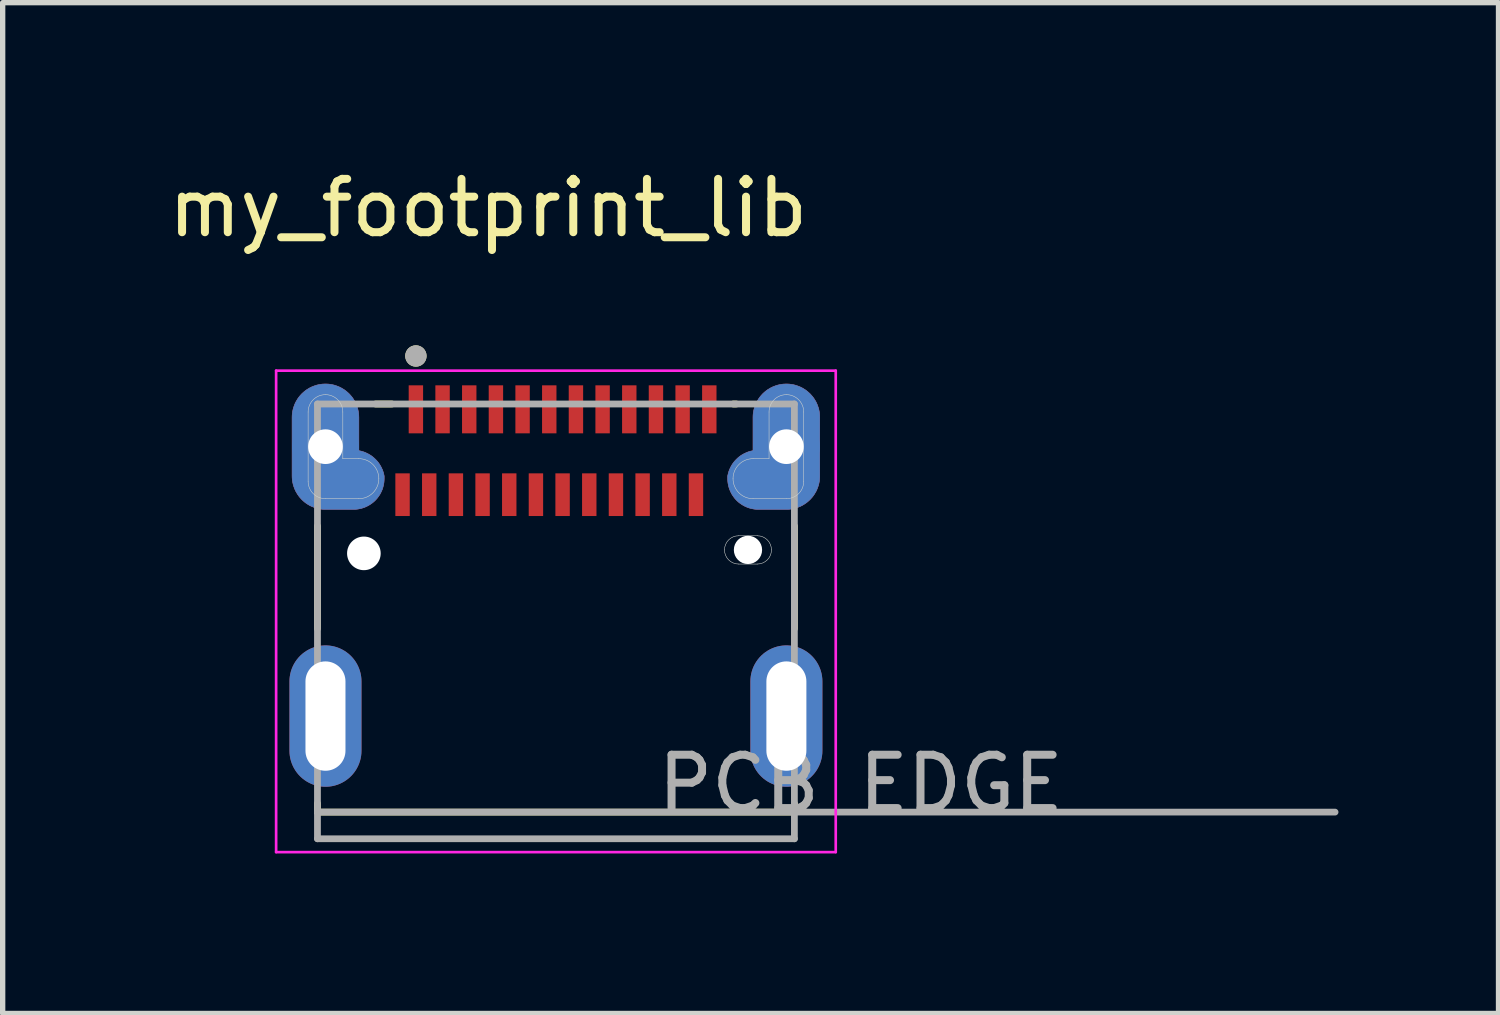
<source format=kicad_pcb>
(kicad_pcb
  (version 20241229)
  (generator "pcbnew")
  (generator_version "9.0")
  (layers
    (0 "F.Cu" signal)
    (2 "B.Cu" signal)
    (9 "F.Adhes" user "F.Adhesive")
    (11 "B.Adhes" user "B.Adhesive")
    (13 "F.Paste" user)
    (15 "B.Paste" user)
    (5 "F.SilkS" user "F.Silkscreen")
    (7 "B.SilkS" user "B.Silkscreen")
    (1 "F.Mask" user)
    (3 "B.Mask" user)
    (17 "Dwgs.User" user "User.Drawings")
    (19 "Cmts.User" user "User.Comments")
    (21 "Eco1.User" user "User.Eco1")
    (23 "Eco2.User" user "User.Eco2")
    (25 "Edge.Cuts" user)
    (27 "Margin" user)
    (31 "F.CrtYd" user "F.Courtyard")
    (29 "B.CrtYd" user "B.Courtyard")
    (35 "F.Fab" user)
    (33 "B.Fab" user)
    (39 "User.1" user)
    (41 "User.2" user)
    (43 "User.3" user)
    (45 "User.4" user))
  (footprint "my_footprint_lib"
    (layer "F.Cu")
    (at 7.371 10.373)
    (property "Reference" "my_footprint_lib" (at -1.27 -9.525 0) (layer "F.SilkS") (effects (font (size 1 1) (thickness 0.15))))
    (attr smd)
    (fp_poly (pts (xy -3.695 -4.975) (xy -3.695 -5.6) (xy -3.696 -5.633) (xy -3.698 -5.665) (xy -3.703 -5.698) (xy -3.709 -5.73) (xy -3.716 -5.762) (xy -3.726 -5.793) (xy -3.737 -5.824) (xy -3.749 -5.854) (xy -3.763 -5.884) (xy -3.779 -5.912) (xy -3.796 -5.94) (xy -3.814 -5.967) (xy -3.834 -5.993) (xy -3.856 -6.018) (xy -3.878 -6.042) (xy -3.902 -6.064) (xy -3.927 -6.086) (xy -3.953 -6.106) (xy -3.98 -6.124) (xy -4.008 -6.141) (xy -4.036 -6.157) (xy -4.066 -6.171) (xy -4.096 -6.183) (xy -4.127 -6.194) (xy -4.158 -6.204) (xy -4.19 -6.211) (xy -4.222 -6.217) (xy -4.255 -6.222) (xy -4.287 -6.224) (xy -4.32 -6.225) (xy -4.353 -6.224) (xy -4.385 -6.222) (xy -4.418 -6.217) (xy -4.45 -6.211) (xy -4.482 -6.204) (xy -4.513 -6.194) (xy -4.544 -6.183) (xy -4.574 -6.171) (xy -4.604 -6.157) (xy -4.633 -6.141) (xy -4.66 -6.124) (xy -4.687 -6.106) (xy -4.713 -6.086) (xy -4.738 -6.064) (xy -4.762 -6.042) (xy -4.784 -6.018) (xy -4.806 -5.993) (xy -4.826 -5.967) (xy -4.844 -5.94) (xy -4.861 -5.912) (xy -4.877 -5.884) (xy -4.891 -5.854) (xy -4.903 -5.824) (xy -4.914 -5.793) (xy -4.924 -5.762) (xy -4.931 -5.73) (xy -4.937 -5.698) (xy -4.942 -5.665) (xy -4.944 -5.633) (xy -4.945 -5.6) (xy -4.945 -4.5) (xy -4.944 -4.467) (xy -4.942 -4.435) (xy -4.937 -4.402) (xy -4.931 -4.37) (xy -4.924 -4.338) (xy -4.914 -4.307) (xy -4.903 -4.276) (xy -4.891 -4.246) (xy -4.877 -4.216) (xy -4.861 -4.188) (xy -4.844 -4.16) (xy -4.826 -4.133) (xy -4.806 -4.107) (xy -4.784 -4.082) (xy -4.762 -4.058) (xy -4.738 -4.036) (xy -4.713 -4.014) (xy -4.687 -3.994) (xy -4.66 -3.976) (xy -4.633 -3.959) (xy -4.604 -3.943) (xy -4.574 -3.929) (xy -4.544 -3.917) (xy -4.513 -3.906) (xy -4.482 -3.896) (xy -4.45 -3.889) (xy -4.418 -3.883) (xy -4.385 -3.878) (xy -4.353 -3.876) (xy -4.32 -3.875) (xy -3.795 -3.875) (xy -3.765 -3.876) (xy -3.735 -3.878) (xy -3.705 -3.882) (xy -3.675 -3.888) (xy -3.646 -3.895) (xy -3.617 -3.903) (xy -3.589 -3.913) (xy -3.561 -3.925) (xy -3.534 -3.938) (xy -3.508 -3.952) (xy -3.482 -3.968) (xy -3.457 -3.985) (xy -3.433 -4.003) (xy -3.41 -4.023) (xy -3.388 -4.043) (xy -3.368 -4.065) (xy -3.348 -4.088) (xy -3.33 -4.112) (xy -3.313 -4.137) (xy -3.297 -4.162) (xy -3.283 -4.189) (xy -3.27 -4.216) (xy -3.258 -4.244) (xy -3.248 -4.272) (xy -3.24 -4.301) (xy -3.233 -4.33) (xy -3.227 -4.36) (xy -3.223 -4.39) (xy -3.221 -4.42) (xy -3.22 -4.45) (xy -3.22 -4.5) (xy -3.225 -4.523) (xy -3.23 -4.547) (xy -3.237 -4.57) (xy -3.244 -4.592) (xy -3.252 -4.615) (xy -3.262 -4.636) (xy -3.272 -4.658) (xy -3.283 -4.679) (xy -3.295 -4.7) (xy -3.307 -4.72) (xy -3.321 -4.74) (xy -3.335 -4.759) (xy -3.35 -4.777) (xy -3.366 -4.795) (xy -3.383 -4.812) (xy -3.4 -4.829) (xy -3.418 -4.845) (xy -3.436 -4.86) (xy -3.455 -4.874) (xy -3.475 -4.888) (xy -3.495 -4.9) (xy -3.516 -4.912) (xy -3.537 -4.923) (xy -3.559 -4.933) (xy -3.58 -4.943) (xy -3.603 -4.951) (xy -3.625 -4.958) (xy -3.648 -4.965) (xy -3.672 -4.97) (xy -3.695 -4.975)) (stroke (width 0.01) (type solid)) (fill yes) (layer "F.Cu"))
    (fp_poly (pts (xy 3.695 -4.975) (xy 3.695 -5.6) (xy 3.696 -5.633) (xy 3.698 -5.665) (xy 3.703 -5.698) (xy 3.709 -5.73) (xy 3.716 -5.762) (xy 3.726 -5.793) (xy 3.737 -5.824) (xy 3.749 -5.854) (xy 3.763 -5.884) (xy 3.779 -5.912) (xy 3.796 -5.94) (xy 3.814 -5.967) (xy 3.834 -5.993) (xy 3.856 -6.018) (xy 3.878 -6.042) (xy 3.902 -6.064) (xy 3.927 -6.086) (xy 3.953 -6.106) (xy 3.98 -6.124) (xy 4.008 -6.141) (xy 4.036 -6.157) (xy 4.066 -6.171) (xy 4.096 -6.183) (xy 4.127 -6.194) (xy 4.158 -6.204) (xy 4.19 -6.211) (xy 4.222 -6.217) (xy 4.255 -6.222) (xy 4.287 -6.224) (xy 4.32 -6.225) (xy 4.353 -6.224) (xy 4.385 -6.222) (xy 4.418 -6.217) (xy 4.45 -6.211) (xy 4.482 -6.204) (xy 4.513 -6.194) (xy 4.544 -6.183) (xy 4.574 -6.171) (xy 4.604 -6.157) (xy 4.633 -6.141) (xy 4.66 -6.124) (xy 4.687 -6.106) (xy 4.713 -6.086) (xy 4.738 -6.064) (xy 4.762 -6.042) (xy 4.784 -6.018) (xy 4.806 -5.993) (xy 4.826 -5.967) (xy 4.844 -5.94) (xy 4.861 -5.912) (xy 4.877 -5.884) (xy 4.891 -5.854) (xy 4.903 -5.824) (xy 4.914 -5.793) (xy 4.924 -5.762) (xy 4.931 -5.73) (xy 4.937 -5.698) (xy 4.942 -5.665) (xy 4.944 -5.633) (xy 4.945 -5.6) (xy 4.945 -4.5) (xy 4.944 -4.467) (xy 4.942 -4.435) (xy 4.937 -4.402) (xy 4.931 -4.37) (xy 4.924 -4.338) (xy 4.914 -4.307) (xy 4.903 -4.276) (xy 4.891 -4.246) (xy 4.877 -4.216) (xy 4.861 -4.188) (xy 4.844 -4.16) (xy 4.826 -4.133) (xy 4.806 -4.107) (xy 4.784 -4.082) (xy 4.762 -4.058) (xy 4.738 -4.036) (xy 4.713 -4.014) (xy 4.687 -3.994) (xy 4.66 -3.976) (xy 4.633 -3.959) (xy 4.604 -3.943) (xy 4.574 -3.929) (xy 4.544 -3.917) (xy 4.513 -3.906) (xy 4.482 -3.896) (xy 4.45 -3.889) (xy 4.418 -3.883) (xy 4.385 -3.878) (xy 4.353 -3.876) (xy 4.32 -3.875) (xy 3.795 -3.875) (xy 3.765 -3.876) (xy 3.735 -3.878) (xy 3.705 -3.882) (xy 3.675 -3.888) (xy 3.646 -3.895) (xy 3.617 -3.903) (xy 3.589 -3.913) (xy 3.561 -3.925) (xy 3.534 -3.938) (xy 3.508 -3.952) (xy 3.482 -3.968) (xy 3.457 -3.985) (xy 3.433 -4.003) (xy 3.41 -4.023) (xy 3.388 -4.043) (xy 3.368 -4.065) (xy 3.348 -4.088) (xy 3.33 -4.112) (xy 3.313 -4.137) (xy 3.297 -4.162) (xy 3.283 -4.189) (xy 3.27 -4.216) (xy 3.258 -4.244) (xy 3.248 -4.272) (xy 3.24 -4.301) (xy 3.233 -4.33) (xy 3.227 -4.36) (xy 3.223 -4.39) (xy 3.221 -4.42) (xy 3.22 -4.45) (xy 3.22 -4.5) (xy 3.225 -4.523) (xy 3.23 -4.547) (xy 3.237 -4.57) (xy 3.244 -4.592) (xy 3.252 -4.615) (xy 3.262 -4.636) (xy 3.272 -4.658) (xy 3.283 -4.679) (xy 3.295 -4.7) (xy 3.307 -4.72) (xy 3.321 -4.74) (xy 3.335 -4.759) (xy 3.35 -4.777) (xy 3.366 -4.795) (xy 3.383 -4.812) (xy 3.4 -4.829) (xy 3.418 -4.845) (xy 3.436 -4.86) (xy 3.455 -4.874) (xy 3.475 -4.888) (xy 3.495 -4.9) (xy 3.516 -4.912) (xy 3.537 -4.923) (xy 3.559 -4.933) (xy 3.58 -4.943) (xy 3.603 -4.951) (xy 3.625 -4.958) (xy 3.648 -4.965) (xy 3.672 -4.97) (xy 3.695 -4.975)) (stroke (width 0.01) (type solid)) (fill yes) (layer "F.Cu"))
    (fp_poly (pts (xy -3.595 -5.075) (xy -3.595 -5.6) (xy -3.596 -5.638) (xy -3.599 -5.676) (xy -3.604 -5.713) (xy -3.611 -5.751) (xy -3.62 -5.788) (xy -3.63 -5.824) (xy -3.643 -5.86) (xy -3.658 -5.895) (xy -3.674 -5.929) (xy -3.692 -5.963) (xy -3.712 -5.995) (xy -3.733 -6.026) (xy -3.757 -6.056) (xy -3.781 -6.085) (xy -3.807 -6.113) (xy -3.835 -6.139) (xy -3.864 -6.163) (xy -3.894 -6.187) (xy -3.925 -6.208) (xy -3.958 -6.228) (xy -3.991 -6.246) (xy -4.025 -6.262) (xy -4.06 -6.277) (xy -4.096 -6.29) (xy -4.132 -6.3) (xy -4.169 -6.309) (xy -4.207 -6.316) (xy -4.244 -6.321) (xy -4.282 -6.324) (xy -4.32 -6.325) (xy -4.358 -6.324) (xy -4.396 -6.321) (xy -4.433 -6.316) (xy -4.471 -6.309) (xy -4.508 -6.3) (xy -4.544 -6.29) (xy -4.58 -6.277) (xy -4.615 -6.262) (xy -4.649 -6.246) (xy -4.682 -6.228) (xy -4.715 -6.208) (xy -4.746 -6.187) (xy -4.776 -6.163) (xy -4.805 -6.139) (xy -4.833 -6.113) (xy -4.859 -6.085) (xy -4.883 -6.056) (xy -4.907 -6.026) (xy -4.928 -5.995) (xy -4.948 -5.963) (xy -4.966 -5.929) (xy -4.982 -5.895) (xy -4.997 -5.86) (xy -5.01 -5.824) (xy -5.02 -5.788) (xy -5.029 -5.751) (xy -5.036 -5.713) (xy -5.041 -5.676) (xy -5.044 -5.638) (xy -5.045 -5.6) (xy -5.045 -4.5) (xy -5.044 -4.462) (xy -5.041 -4.424) (xy -5.036 -4.387) (xy -5.029 -4.349) (xy -5.02 -4.312) (xy -5.01 -4.276) (xy -4.997 -4.24) (xy -4.982 -4.205) (xy -4.966 -4.171) (xy -4.948 -4.138) (xy -4.928 -4.105) (xy -4.907 -4.074) (xy -4.883 -4.044) (xy -4.859 -4.015) (xy -4.833 -3.987) (xy -4.805 -3.961) (xy -4.776 -3.937) (xy -4.746 -3.913) (xy -4.715 -3.892) (xy -4.683 -3.872) (xy -4.649 -3.854) (xy -4.615 -3.838) (xy -4.58 -3.823) (xy -4.544 -3.81) (xy -4.508 -3.8) (xy -4.471 -3.791) (xy -4.433 -3.784) (xy -4.396 -3.779) (xy -4.358 -3.776) (xy -4.32 -3.775) (xy -3.795 -3.775) (xy -3.76 -3.776) (xy -3.724 -3.779) (xy -3.689 -3.783) (xy -3.655 -3.79) (xy -3.62 -3.798) (xy -3.586 -3.808) (xy -3.553 -3.82) (xy -3.52 -3.833) (xy -3.489 -3.849) (xy -3.458 -3.865) (xy -3.427 -3.884) (xy -3.398 -3.904) (xy -3.37 -3.925) (xy -3.343 -3.948) (xy -3.318 -3.973) (xy -3.293 -3.998) (xy -3.27 -4.025) (xy -3.249 -4.053) (xy -3.229 -4.082) (xy -3.21 -4.112) (xy -3.194 -4.144) (xy -3.178 -4.175) (xy -3.165 -4.208) (xy -3.153 -4.241) (xy -3.143 -4.275) (xy -3.135 -4.31) (xy -3.128 -4.344) (xy -3.124 -4.379) (xy -3.121 -4.415) (xy -3.12 -4.45) (xy -3.12 -4.5) (xy -3.123 -4.531) (xy -3.127 -4.557) (xy -3.132 -4.583) (xy -3.138 -4.609) (xy -3.145 -4.635) (xy -3.153 -4.66) (xy -3.162 -4.685) (xy -3.173 -4.709) (xy -3.184 -4.733) (xy -3.196 -4.757) (xy -3.209 -4.78) (xy -3.223 -4.802) (xy -3.238 -4.824) (xy -3.253 -4.846) (xy -3.27 -4.866) (xy -3.287 -4.886) (xy -3.306 -4.905) (xy -3.325 -4.924) (xy -3.344 -4.941) (xy -3.365 -4.958) (xy -3.386 -4.974) (xy -3.408 -4.989) (xy -3.43 -5.004) (xy -3.453 -5.017) (xy -3.476 -5.029) (xy -3.5 -5.041) (xy -3.525 -5.051) (xy -3.549 -5.061) (xy -3.574 -5.069) (xy -3.595 -5.075)) (stroke (width 0.01) (type solid)) (fill yes) (layer "F.Mask"))
    (fp_poly (pts (xy 3.595 -5.075) (xy 3.595 -5.6) (xy 3.596 -5.638) (xy 3.599 -5.676) (xy 3.604 -5.713) (xy 3.611 -5.751) (xy 3.62 -5.788) (xy 3.63 -5.824) (xy 3.643 -5.86) (xy 3.658 -5.895) (xy 3.674 -5.929) (xy 3.692 -5.963) (xy 3.712 -5.995) (xy 3.733 -6.026) (xy 3.757 -6.056) (xy 3.781 -6.085) (xy 3.807 -6.113) (xy 3.835 -6.139) (xy 3.864 -6.163) (xy 3.894 -6.187) (xy 3.925 -6.208) (xy 3.958 -6.228) (xy 3.991 -6.246) (xy 4.025 -6.262) (xy 4.06 -6.277) (xy 4.096 -6.29) (xy 4.132 -6.3) (xy 4.169 -6.309) (xy 4.207 -6.316) (xy 4.244 -6.321) (xy 4.282 -6.324) (xy 4.32 -6.325) (xy 4.358 -6.324) (xy 4.396 -6.321) (xy 4.433 -6.316) (xy 4.471 -6.309) (xy 4.508 -6.3) (xy 4.544 -6.29) (xy 4.58 -6.277) (xy 4.615 -6.262) (xy 4.649 -6.246) (xy 4.682 -6.228) (xy 4.715 -6.208) (xy 4.746 -6.187) (xy 4.776 -6.163) (xy 4.805 -6.139) (xy 4.833 -6.113) (xy 4.859 -6.085) (xy 4.883 -6.056) (xy 4.907 -6.026) (xy 4.928 -5.995) (xy 4.948 -5.963) (xy 4.966 -5.929) (xy 4.982 -5.895) (xy 4.997 -5.86) (xy 5.01 -5.824) (xy 5.02 -5.788) (xy 5.029 -5.751) (xy 5.036 -5.713) (xy 5.041 -5.676) (xy 5.044 -5.638) (xy 5.045 -5.6) (xy 5.045 -4.5) (xy 5.044 -4.462) (xy 5.041 -4.424) (xy 5.036 -4.387) (xy 5.029 -4.349) (xy 5.02 -4.312) (xy 5.01 -4.276) (xy 4.997 -4.24) (xy 4.982 -4.205) (xy 4.966 -4.171) (xy 4.948 -4.138) (xy 4.928 -4.105) (xy 4.907 -4.074) (xy 4.883 -4.044) (xy 4.859 -4.015) (xy 4.833 -3.987) (xy 4.805 -3.961) (xy 4.776 -3.937) (xy 4.746 -3.913) (xy 4.715 -3.892) (xy 4.683 -3.872) (xy 4.649 -3.854) (xy 4.615 -3.838) (xy 4.58 -3.823) (xy 4.544 -3.81) (xy 4.508 -3.8) (xy 4.471 -3.791) (xy 4.433 -3.784) (xy 4.396 -3.779) (xy 4.358 -3.776) (xy 4.32 -3.775) (xy 3.795 -3.775) (xy 3.76 -3.776) (xy 3.724 -3.779) (xy 3.689 -3.783) (xy 3.655 -3.79) (xy 3.62 -3.798) (xy 3.586 -3.808) (xy 3.553 -3.82) (xy 3.52 -3.833) (xy 3.489 -3.849) (xy 3.458 -3.865) (xy 3.427 -3.884) (xy 3.398 -3.904) (xy 3.37 -3.925) (xy 3.343 -3.948) (xy 3.318 -3.973) (xy 3.293 -3.998) (xy 3.27 -4.025) (xy 3.249 -4.053) (xy 3.229 -4.082) (xy 3.21 -4.112) (xy 3.194 -4.144) (xy 3.178 -4.175) (xy 3.165 -4.208) (xy 3.153 -4.241) (xy 3.143 -4.275) (xy 3.135 -4.31) (xy 3.128 -4.344) (xy 3.124 -4.379) (xy 3.121 -4.415) (xy 3.12 -4.45) (xy 3.12 -4.5) (xy 3.123 -4.531) (xy 3.127 -4.557) (xy 3.132 -4.583) (xy 3.138 -4.609) (xy 3.145 -4.635) (xy 3.153 -4.66) (xy 3.162 -4.685) (xy 3.173 -4.709) (xy 3.184 -4.733) (xy 3.196 -4.757) (xy 3.209 -4.78) (xy 3.223 -4.802) (xy 3.238 -4.824) (xy 3.253 -4.846) (xy 3.27 -4.866) (xy 3.287 -4.886) (xy 3.306 -4.905) (xy 3.325 -4.924) (xy 3.344 -4.941) (xy 3.365 -4.958) (xy 3.386 -4.974) (xy 3.408 -4.989) (xy 3.43 -5.004) (xy 3.453 -5.017) (xy 3.476 -5.029) (xy 3.5 -5.041) (xy 3.525 -5.051) (xy 3.549 -5.061) (xy 3.574 -5.069) (xy 3.595 -5.075)) (stroke (width 0.01) (type solid)) (fill yes) (layer "F.Mask"))
    (fp_poly (pts (xy -3.695 -4.975) (xy -3.695 -5.6) (xy -3.696 -5.633) (xy -3.698 -5.665) (xy -3.703 -5.698) (xy -3.709 -5.73) (xy -3.716 -5.762) (xy -3.726 -5.793) (xy -3.737 -5.824) (xy -3.749 -5.854) (xy -3.763 -5.884) (xy -3.779 -5.912) (xy -3.796 -5.94) (xy -3.814 -5.967) (xy -3.834 -5.993) (xy -3.856 -6.018) (xy -3.878 -6.042) (xy -3.902 -6.064) (xy -3.927 -6.086) (xy -3.953 -6.106) (xy -3.98 -6.124) (xy -4.008 -6.141) (xy -4.036 -6.157) (xy -4.066 -6.171) (xy -4.096 -6.183) (xy -4.127 -6.194) (xy -4.158 -6.204) (xy -4.19 -6.211) (xy -4.222 -6.217) (xy -4.255 -6.222) (xy -4.287 -6.224) (xy -4.32 -6.225) (xy -4.353 -6.224) (xy -4.385 -6.222) (xy -4.418 -6.217) (xy -4.45 -6.211) (xy -4.482 -6.204) (xy -4.513 -6.194) (xy -4.544 -6.183) (xy -4.574 -6.171) (xy -4.604 -6.157) (xy -4.633 -6.141) (xy -4.66 -6.124) (xy -4.687 -6.106) (xy -4.713 -6.086) (xy -4.738 -6.064) (xy -4.762 -6.042) (xy -4.784 -6.018) (xy -4.806 -5.993) (xy -4.826 -5.967) (xy -4.844 -5.94) (xy -4.861 -5.912) (xy -4.877 -5.884) (xy -4.891 -5.854) (xy -4.903 -5.824) (xy -4.914 -5.793) (xy -4.924 -5.762) (xy -4.931 -5.73) (xy -4.937 -5.698) (xy -4.942 -5.665) (xy -4.944 -5.633) (xy -4.945 -5.6) (xy -4.945 -4.5) (xy -4.944 -4.467) (xy -4.942 -4.435) (xy -4.937 -4.402) (xy -4.931 -4.37) (xy -4.924 -4.338) (xy -4.914 -4.307) (xy -4.903 -4.276) (xy -4.891 -4.246) (xy -4.877 -4.216) (xy -4.861 -4.188) (xy -4.844 -4.16) (xy -4.826 -4.133) (xy -4.806 -4.107) (xy -4.784 -4.082) (xy -4.762 -4.058) (xy -4.738 -4.036) (xy -4.713 -4.014) (xy -4.687 -3.994) (xy -4.66 -3.976) (xy -4.633 -3.959) (xy -4.604 -3.943) (xy -4.574 -3.929) (xy -4.544 -3.917) (xy -4.513 -3.906) (xy -4.482 -3.896) (xy -4.45 -3.889) (xy -4.418 -3.883) (xy -4.385 -3.878) (xy -4.353 -3.876) (xy -4.32 -3.875) (xy -3.795 -3.875) (xy -3.765 -3.876) (xy -3.735 -3.878) (xy -3.705 -3.882) (xy -3.675 -3.888) (xy -3.646 -3.895) (xy -3.617 -3.903) (xy -3.589 -3.913) (xy -3.561 -3.925) (xy -3.534 -3.938) (xy -3.508 -3.952) (xy -3.482 -3.968) (xy -3.457 -3.985) (xy -3.433 -4.003) (xy -3.41 -4.023) (xy -3.388 -4.043) (xy -3.368 -4.065) (xy -3.348 -4.088) (xy -3.33 -4.112) (xy -3.313 -4.137) (xy -3.297 -4.162) (xy -3.283 -4.189) (xy -3.27 -4.216) (xy -3.258 -4.244) (xy -3.248 -4.272) (xy -3.24 -4.301) (xy -3.233 -4.33) (xy -3.227 -4.36) (xy -3.223 -4.39) (xy -3.221 -4.42) (xy -3.22 -4.45) (xy -3.22 -4.5) (xy -3.225 -4.523) (xy -3.23 -4.547) (xy -3.237 -4.57) (xy -3.244 -4.592) (xy -3.252 -4.615) (xy -3.262 -4.636) (xy -3.272 -4.658) (xy -3.283 -4.679) (xy -3.295 -4.7) (xy -3.307 -4.72) (xy -3.321 -4.74) (xy -3.335 -4.759) (xy -3.35 -4.777) (xy -3.366 -4.795) (xy -3.383 -4.812) (xy -3.4 -4.829) (xy -3.418 -4.845) (xy -3.436 -4.86) (xy -3.455 -4.874) (xy -3.475 -4.888) (xy -3.495 -4.9) (xy -3.516 -4.912) (xy -3.537 -4.923) (xy -3.559 -4.933) (xy -3.58 -4.943) (xy -3.603 -4.951) (xy -3.625 -4.958) (xy -3.648 -4.965) (xy -3.672 -4.97) (xy -3.695 -4.975)) (stroke (width 0.01) (type solid)) (fill yes) (layer "B.Cu"))
    (fp_poly (pts (xy 3.695 -4.975) (xy 3.695 -5.6) (xy 3.696 -5.633) (xy 3.698 -5.665) (xy 3.703 -5.698) (xy 3.709 -5.73) (xy 3.716 -5.762) (xy 3.726 -5.793) (xy 3.737 -5.824) (xy 3.749 -5.854) (xy 3.763 -5.884) (xy 3.779 -5.912) (xy 3.796 -5.94) (xy 3.814 -5.967) (xy 3.834 -5.993) (xy 3.856 -6.018) (xy 3.878 -6.042) (xy 3.902 -6.064) (xy 3.927 -6.086) (xy 3.953 -6.106) (xy 3.98 -6.124) (xy 4.008 -6.141) (xy 4.036 -6.157) (xy 4.066 -6.171) (xy 4.096 -6.183) (xy 4.127 -6.194) (xy 4.158 -6.204) (xy 4.19 -6.211) (xy 4.222 -6.217) (xy 4.255 -6.222) (xy 4.287 -6.224) (xy 4.32 -6.225) (xy 4.353 -6.224) (xy 4.385 -6.222) (xy 4.418 -6.217) (xy 4.45 -6.211) (xy 4.482 -6.204) (xy 4.513 -6.194) (xy 4.544 -6.183) (xy 4.574 -6.171) (xy 4.604 -6.157) (xy 4.633 -6.141) (xy 4.66 -6.124) (xy 4.687 -6.106) (xy 4.713 -6.086) (xy 4.738 -6.064) (xy 4.762 -6.042) (xy 4.784 -6.018) (xy 4.806 -5.993) (xy 4.826 -5.967) (xy 4.844 -5.94) (xy 4.861 -5.912) (xy 4.877 -5.884) (xy 4.891 -5.854) (xy 4.903 -5.824) (xy 4.914 -5.793) (xy 4.924 -5.762) (xy 4.931 -5.73) (xy 4.937 -5.698) (xy 4.942 -5.665) (xy 4.944 -5.633) (xy 4.945 -5.6) (xy 4.945 -4.5) (xy 4.944 -4.467) (xy 4.942 -4.435) (xy 4.937 -4.402) (xy 4.931 -4.37) (xy 4.924 -4.338) (xy 4.914 -4.307) (xy 4.903 -4.276) (xy 4.891 -4.246) (xy 4.877 -4.216) (xy 4.861 -4.188) (xy 4.844 -4.16) (xy 4.826 -4.133) (xy 4.806 -4.107) (xy 4.784 -4.082) (xy 4.762 -4.058) (xy 4.738 -4.036) (xy 4.713 -4.014) (xy 4.687 -3.994) (xy 4.66 -3.976) (xy 4.633 -3.959) (xy 4.604 -3.943) (xy 4.574 -3.929) (xy 4.544 -3.917) (xy 4.513 -3.906) (xy 4.482 -3.896) (xy 4.45 -3.889) (xy 4.418 -3.883) (xy 4.385 -3.878) (xy 4.353 -3.876) (xy 4.32 -3.875) (xy 3.795 -3.875) (xy 3.765 -3.876) (xy 3.735 -3.878) (xy 3.705 -3.882) (xy 3.675 -3.888) (xy 3.646 -3.895) (xy 3.617 -3.903) (xy 3.589 -3.913) (xy 3.561 -3.925) (xy 3.534 -3.938) (xy 3.508 -3.952) (xy 3.482 -3.968) (xy 3.457 -3.985) (xy 3.433 -4.003) (xy 3.41 -4.023) (xy 3.388 -4.043) (xy 3.368 -4.065) (xy 3.348 -4.088) (xy 3.33 -4.112) (xy 3.313 -4.137) (xy 3.297 -4.162) (xy 3.283 -4.189) (xy 3.27 -4.216) (xy 3.258 -4.244) (xy 3.248 -4.272) (xy 3.24 -4.301) (xy 3.233 -4.33) (xy 3.227 -4.36) (xy 3.223 -4.39) (xy 3.221 -4.42) (xy 3.22 -4.45) (xy 3.22 -4.5) (xy 3.225 -4.523) (xy 3.23 -4.547) (xy 3.237 -4.57) (xy 3.244 -4.592) (xy 3.252 -4.615) (xy 3.262 -4.636) (xy 3.272 -4.658) (xy 3.283 -4.679) (xy 3.295 -4.7) (xy 3.307 -4.72) (xy 3.321 -4.74) (xy 3.335 -4.759) (xy 3.35 -4.777) (xy 3.366 -4.795) (xy 3.383 -4.812) (xy 3.4 -4.829) (xy 3.418 -4.845) (xy 3.436 -4.86) (xy 3.455 -4.874) (xy 3.475 -4.888) (xy 3.495 -4.9) (xy 3.516 -4.912) (xy 3.537 -4.923) (xy 3.559 -4.933) (xy 3.58 -4.943) (xy 3.603 -4.951) (xy 3.625 -4.958) (xy 3.648 -4.965) (xy 3.672 -4.97) (xy 3.695 -4.975)) (stroke (width 0.01) (type solid)) (fill yes) (layer "B.Cu"))
    (fp_poly (pts (xy -3.595 -5.075) (xy -3.595 -5.6) (xy -3.596 -5.638) (xy -3.599 -5.676) (xy -3.604 -5.713) (xy -3.611 -5.751) (xy -3.62 -5.788) (xy -3.63 -5.824) (xy -3.643 -5.86) (xy -3.658 -5.895) (xy -3.674 -5.929) (xy -3.692 -5.963) (xy -3.712 -5.995) (xy -3.733 -6.026) (xy -3.757 -6.056) (xy -3.781 -6.085) (xy -3.807 -6.113) (xy -3.835 -6.139) (xy -3.864 -6.163) (xy -3.894 -6.187) (xy -3.925 -6.208) (xy -3.958 -6.228) (xy -3.991 -6.246) (xy -4.025 -6.262) (xy -4.06 -6.277) (xy -4.096 -6.29) (xy -4.132 -6.3) (xy -4.169 -6.309) (xy -4.207 -6.316) (xy -4.244 -6.321) (xy -4.282 -6.324) (xy -4.32 -6.325) (xy -4.358 -6.324) (xy -4.396 -6.321) (xy -4.433 -6.316) (xy -4.471 -6.309) (xy -4.508 -6.3) (xy -4.544 -6.29) (xy -4.58 -6.277) (xy -4.615 -6.262) (xy -4.649 -6.246) (xy -4.682 -6.228) (xy -4.715 -6.208) (xy -4.746 -6.187) (xy -4.776 -6.163) (xy -4.805 -6.139) (xy -4.833 -6.113) (xy -4.859 -6.085) (xy -4.883 -6.056) (xy -4.907 -6.026) (xy -4.928 -5.995) (xy -4.948 -5.963) (xy -4.966 -5.929) (xy -4.982 -5.895) (xy -4.997 -5.86) (xy -5.01 -5.824) (xy -5.02 -5.788) (xy -5.029 -5.751) (xy -5.036 -5.713) (xy -5.041 -5.676) (xy -5.044 -5.638) (xy -5.045 -5.6) (xy -5.045 -4.5) (xy -5.044 -4.462) (xy -5.041 -4.424) (xy -5.036 -4.387) (xy -5.029 -4.349) (xy -5.02 -4.312) (xy -5.01 -4.276) (xy -4.997 -4.24) (xy -4.982 -4.205) (xy -4.966 -4.171) (xy -4.948 -4.138) (xy -4.928 -4.105) (xy -4.907 -4.074) (xy -4.883 -4.044) (xy -4.859 -4.015) (xy -4.833 -3.987) (xy -4.805 -3.961) (xy -4.776 -3.937) (xy -4.746 -3.913) (xy -4.715 -3.892) (xy -4.683 -3.872) (xy -4.649 -3.854) (xy -4.615 -3.838) (xy -4.58 -3.823) (xy -4.544 -3.81) (xy -4.508 -3.8) (xy -4.471 -3.791) (xy -4.433 -3.784) (xy -4.396 -3.779) (xy -4.358 -3.776) (xy -4.32 -3.775) (xy -3.795 -3.775) (xy -3.76 -3.776) (xy -3.724 -3.779) (xy -3.689 -3.783) (xy -3.655 -3.79) (xy -3.62 -3.798) (xy -3.586 -3.808) (xy -3.553 -3.82) (xy -3.52 -3.833) (xy -3.489 -3.849) (xy -3.458 -3.865) (xy -3.427 -3.884) (xy -3.398 -3.904) (xy -3.37 -3.925) (xy -3.343 -3.948) (xy -3.318 -3.973) (xy -3.293 -3.998) (xy -3.27 -4.025) (xy -3.249 -4.053) (xy -3.229 -4.082) (xy -3.21 -4.112) (xy -3.194 -4.144) (xy -3.178 -4.175) (xy -3.165 -4.208) (xy -3.153 -4.241) (xy -3.143 -4.275) (xy -3.135 -4.31) (xy -3.128 -4.344) (xy -3.124 -4.379) (xy -3.121 -4.415) (xy -3.12 -4.45) (xy -3.12 -4.5) (xy -3.123 -4.531) (xy -3.127 -4.557) (xy -3.132 -4.583) (xy -3.138 -4.609) (xy -3.145 -4.635) (xy -3.153 -4.66) (xy -3.162 -4.685) (xy -3.173 -4.709) (xy -3.184 -4.733) (xy -3.196 -4.757) (xy -3.209 -4.78) (xy -3.223 -4.802) (xy -3.238 -4.824) (xy -3.253 -4.846) (xy -3.27 -4.866) (xy -3.287 -4.886) (xy -3.306 -4.905) (xy -3.325 -4.924) (xy -3.344 -4.941) (xy -3.365 -4.958) (xy -3.386 -4.974) (xy -3.408 -4.989) (xy -3.43 -5.004) (xy -3.453 -5.017) (xy -3.476 -5.029) (xy -3.5 -5.041) (xy -3.525 -5.051) (xy -3.549 -5.061) (xy -3.574 -5.069) (xy -3.595 -5.075)) (stroke (width 0.01) (type solid)) (fill yes) (layer "B.Mask"))
    (fp_poly (pts (xy 3.595 -5.075) (xy 3.595 -5.6) (xy 3.596 -5.638) (xy 3.599 -5.676) (xy 3.604 -5.713) (xy 3.611 -5.751) (xy 3.62 -5.788) (xy 3.63 -5.824) (xy 3.643 -5.86) (xy 3.658 -5.895) (xy 3.674 -5.929) (xy 3.692 -5.963) (xy 3.712 -5.995) (xy 3.733 -6.026) (xy 3.757 -6.056) (xy 3.781 -6.085) (xy 3.807 -6.113) (xy 3.835 -6.139) (xy 3.864 -6.163) (xy 3.894 -6.187) (xy 3.925 -6.208) (xy 3.958 -6.228) (xy 3.991 -6.246) (xy 4.025 -6.262) (xy 4.06 -6.277) (xy 4.096 -6.29) (xy 4.132 -6.3) (xy 4.169 -6.309) (xy 4.207 -6.316) (xy 4.244 -6.321) (xy 4.282 -6.324) (xy 4.32 -6.325) (xy 4.358 -6.324) (xy 4.396 -6.321) (xy 4.433 -6.316) (xy 4.471 -6.309) (xy 4.508 -6.3) (xy 4.544 -6.29) (xy 4.58 -6.277) (xy 4.615 -6.262) (xy 4.649 -6.246) (xy 4.682 -6.228) (xy 4.715 -6.208) (xy 4.746 -6.187) (xy 4.776 -6.163) (xy 4.805 -6.139) (xy 4.833 -6.113) (xy 4.859 -6.085) (xy 4.883 -6.056) (xy 4.907 -6.026) (xy 4.928 -5.995) (xy 4.948 -5.963) (xy 4.966 -5.929) (xy 4.982 -5.895) (xy 4.997 -5.86) (xy 5.01 -5.824) (xy 5.02 -5.788) (xy 5.029 -5.751) (xy 5.036 -5.713) (xy 5.041 -5.676) (xy 5.044 -5.638) (xy 5.045 -5.6) (xy 5.045 -4.5) (xy 5.044 -4.462) (xy 5.041 -4.424) (xy 5.036 -4.387) (xy 5.029 -4.349) (xy 5.02 -4.312) (xy 5.01 -4.276) (xy 4.997 -4.24) (xy 4.982 -4.205) (xy 4.966 -4.171) (xy 4.948 -4.138) (xy 4.928 -4.105) (xy 4.907 -4.074) (xy 4.883 -4.044) (xy 4.859 -4.015) (xy 4.833 -3.987) (xy 4.805 -3.961) (xy 4.776 -3.937) (xy 4.746 -3.913) (xy 4.715 -3.892) (xy 4.683 -3.872) (xy 4.649 -3.854) (xy 4.615 -3.838) (xy 4.58 -3.823) (xy 4.544 -3.81) (xy 4.508 -3.8) (xy 4.471 -3.791) (xy 4.433 -3.784) (xy 4.396 -3.779) (xy 4.358 -3.776) (xy 4.32 -3.775) (xy 3.795 -3.775) (xy 3.76 -3.776) (xy 3.724 -3.779) (xy 3.689 -3.783) (xy 3.655 -3.79) (xy 3.62 -3.798) (xy 3.586 -3.808) (xy 3.553 -3.82) (xy 3.52 -3.833) (xy 3.489 -3.849) (xy 3.458 -3.865) (xy 3.427 -3.884) (xy 3.398 -3.904) (xy 3.37 -3.925) (xy 3.343 -3.948) (xy 3.318 -3.973) (xy 3.293 -3.998) (xy 3.27 -4.025) (xy 3.249 -4.053) (xy 3.229 -4.082) (xy 3.21 -4.112) (xy 3.194 -4.144) (xy 3.178 -4.175) (xy 3.165 -4.208) (xy 3.153 -4.241) (xy 3.143 -4.275) (xy 3.135 -4.31) (xy 3.128 -4.344) (xy 3.124 -4.379) (xy 3.121 -4.415) (xy 3.12 -4.45) (xy 3.12 -4.5) (xy 3.123 -4.531) (xy 3.127 -4.557) (xy 3.132 -4.583) (xy 3.138 -4.609) (xy 3.145 -4.635) (xy 3.153 -4.66) (xy 3.162 -4.685) (xy 3.173 -4.709) (xy 3.184 -4.733) (xy 3.196 -4.757) (xy 3.209 -4.78) (xy 3.223 -4.802) (xy 3.238 -4.824) (xy 3.253 -4.846) (xy 3.27 -4.866) (xy 3.287 -4.886) (xy 3.306 -4.905) (xy 3.325 -4.924) (xy 3.344 -4.941) (xy 3.365 -4.958) (xy 3.386 -4.974) (xy 3.408 -4.989) (xy 3.43 -5.004) (xy 3.453 -5.017) (xy 3.476 -5.029) (xy 3.5 -5.041) (xy 3.525 -5.051) (xy 3.549 -5.061) (xy 3.574 -5.069) (xy 3.595 -5.075)) (stroke (width 0.01) (type solid)) (fill yes) (layer "B.Mask"))
    (fp_line (start -4.47 -1.639) (end -4.47 -3.562) (stroke (width 0.127) (type solid)) (layer "F.SilkS"))
    (fp_line (start -4.47 1.8) (end -4.47 1.639) (stroke (width 0.127) (type solid)) (layer "F.SilkS"))
    (fp_line (start -3.381 -5.85) (end -3.074 -5.85) (stroke (width 0.127) (type solid)) (layer "F.SilkS"))
    (fp_line (start 3.324 -5.85) (end 3.381 -5.85) (stroke (width 0.127) (type solid)) (layer "F.SilkS"))
    (fp_line (start 4.47 -3.562) (end 4.47 -1.639) (stroke (width 0.127) (type solid)) (layer "F.SilkS"))
    (fp_line (start 4.47 1.639) (end 4.47 1.8) (stroke (width 0.127) (type solid)) (layer "F.SilkS"))
    (fp_line (start 4.47 1.8) (end -4.47 1.8) (stroke (width 0.127) (type solid)) (layer "F.SilkS"))
    (fp_circle (center -2.625 -6.75) (end -2.525 -6.75) (stroke (width 0.2) (type solid)) (fill no) (layer "F.SilkS"))
    (fp_line (start -4.645 -5.7) (end -4.645 -4.4) (stroke (width 0.01) (type solid)) (layer "Edge.Cuts"))
    (fp_line (start -4.32 -4.075) (end -3.695 -4.075) (stroke (width 0.01) (type solid)) (layer "Edge.Cuts"))
    (fp_line (start -3.995 -4.825) (end -3.995 -5.7) (stroke (width 0.01) (type solid)) (layer "Edge.Cuts"))
    (fp_line (start -3.695 -4.825) (end -3.995 -4.825) (stroke (width 0.01) (type solid)) (layer "Edge.Cuts"))
    (fp_line (start 3.425 -3.38) (end 3.775 -3.38) (stroke (width 0.01) (type solid)) (layer "Edge.Cuts"))
    (fp_line (start 3.695 -4.825) (end 3.995 -4.825) (stroke (width 0.01) (type solid)) (layer "Edge.Cuts"))
    (fp_line (start 3.775 -2.85) (end 3.425 -2.85) (stroke (width 0.01) (type solid)) (layer "Edge.Cuts"))
    (fp_line (start 3.995 -4.825) (end 3.995 -5.7) (stroke (width 0.01) (type solid)) (layer "Edge.Cuts"))
    (fp_line (start 4.32 -4.075) (end 3.695 -4.075) (stroke (width 0.01) (type solid)) (layer "Edge.Cuts"))
    (fp_line (start 4.645 -5.7) (end 4.645 -4.4) (stroke (width 0.01) (type solid)) (layer "Edge.Cuts"))
    (fp_arc (start -4.645 -5.7) (mid -4.54981 -5.92981) (end -4.32 -6.025) (stroke (width 0.01) (type solid)) (layer "Edge.Cuts"))
    (fp_arc (start -4.32 -6.025) (mid -4.09019 -5.92981) (end -3.995 -5.7) (stroke (width 0.01) (type solid)) (layer "Edge.Cuts"))
    (fp_arc (start -4.32 -4.075) (mid -4.54981 -4.17019) (end -4.645 -4.4) (stroke (width 0.01) (type solid)) (layer "Edge.Cuts"))
    (fp_arc (start -3.695 -4.825) (mid -3.429835 -4.715165) (end -3.32 -4.45) (stroke (width 0.01) (type solid)) (layer "Edge.Cuts"))
    (fp_arc (start -3.32 -4.45) (mid -3.429835 -4.184835) (end -3.695 -4.075) (stroke (width 0.01) (type solid)) (layer "Edge.Cuts"))
    (fp_arc (start 3.16 -3.115) (mid 3.237617 -3.302383) (end 3.425 -3.38) (stroke (width 0.01) (type solid)) (layer "Edge.Cuts"))
    (fp_arc (start 3.32 -4.45) (mid 3.429835 -4.715165) (end 3.695 -4.825) (stroke (width 0.01) (type solid)) (layer "Edge.Cuts"))
    (fp_arc (start 3.425 -2.85) (mid 3.237617 -2.927617) (end 3.16 -3.115) (stroke (width 0.01) (type solid)) (layer "Edge.Cuts"))
    (fp_arc (start 3.695 -4.075) (mid 3.429835 -4.184835) (end 3.32 -4.45) (stroke (width 0.01) (type solid)) (layer "Edge.Cuts"))
    (fp_arc (start 3.775 -3.38) (mid 3.962383 -3.302383) (end 4.04 -3.115) (stroke (width 0.01) (type solid)) (layer "Edge.Cuts"))
    (fp_arc (start 3.995 -5.7) (mid 4.09019 -5.92981) (end 4.32 -6.025) (stroke (width 0.01) (type solid)) (layer "Edge.Cuts"))
    (fp_arc (start 4.04 -3.115) (mid 3.962383 -2.927617) (end 3.775 -2.85) (stroke (width 0.01) (type solid)) (layer "Edge.Cuts"))
    (fp_arc (start 4.32 -6.025) (mid 4.54981 -5.92981) (end 4.645 -5.7) (stroke (width 0.01) (type solid)) (layer "Edge.Cuts"))
    (fp_arc (start 4.645 -4.4) (mid 4.54981 -4.17019) (end 4.32 -4.075) (stroke (width 0.01) (type solid)) (layer "Edge.Cuts"))
    (fp_line (start -5.245 -6.475) (end 5.245 -6.475) (stroke (width 0.05) (type solid)) (layer "F.CrtYd"))
    (fp_line (start -5.245 2.55) (end -5.245 -6.475) (stroke (width 0.05) (type solid)) (layer "F.CrtYd"))
    (fp_line (start 5.245 -6.475) (end 5.245 2.55) (stroke (width 0.05) (type solid)) (layer "F.CrtYd"))
    (fp_line (start 5.245 2.55) (end -5.245 2.55) (stroke (width 0.05) (type solid)) (layer "F.CrtYd"))
    (fp_line (start -4.47 -5.85) (end 4.47 -5.85) (stroke (width 0.127) (type solid)) (layer "F.Fab"))
    (fp_line (start -4.47 1.8) (end -4.47 -5.85) (stroke (width 0.127) (type solid)) (layer "F.Fab"))
    (fp_line (start -4.47 1.8) (end 14.605 1.8) (stroke (width 0.127) (type solid)) (layer "F.Fab"))
    (fp_line (start -4.47 2.3) (end -4.47 1.8) (stroke (width 0.127) (type solid)) (layer "F.Fab"))
    (fp_line (start 4.47 -5.85) (end 4.47 2.3) (stroke (width 0.127) (type solid)) (layer "F.Fab"))
    (fp_line (start 4.47 2.3) (end -4.47 2.3) (stroke (width 0.127) (type solid)) (layer "F.Fab"))
    (fp_circle (center -2.625 -6.75) (end -2.525 -6.75) (stroke (width 0.2) (type solid)) (fill no) (layer "F.Fab"))
    (fp_text user "PCB EDGE" (at 5.715 1.27 0) (layer "F.Fab") (effects (font (size 1 1) (thickness 0.15))))
    (pad "" np_thru_hole circle (at -3.6 -3.05) (size 0.63 0.63) (drill 0.63) (layers "*.Cu" "*.Mask"))
    (pad "" np_thru_hole circle (at 3.6 -3.115) (size 0.53 0.53) (drill 0.53) (layers "*.Cu" "*.Mask"))
    (pad "A1" smd rect (at -2.625 -5.75) (size 0.27 0.9) (layers "F.Cu" "F.Mask" "F.Paste"))
    (pad "A2" smd rect (at -2.125 -5.75) (size 0.27 0.9) (layers "F.Cu" "F.Mask" "F.Paste"))
    (pad "A3" smd rect (at -1.625 -5.75) (size 0.27 0.9) (layers "F.Cu" "F.Mask" "F.Paste"))
    (pad "A4" smd rect (at -1.125 -5.75) (size 0.27 0.9) (layers "F.Cu" "F.Mask" "F.Paste"))
    (pad "A5" smd rect (at -0.625 -5.75) (size 0.27 0.9) (layers "F.Cu" "F.Mask" "F.Paste"))
    (pad "A6" smd rect (at -0.125 -5.75) (size 0.27 0.9) (layers "F.Cu" "F.Mask" "F.Paste"))
    (pad "A7" smd rect (at 0.375 -5.75) (size 0.27 0.9) (layers "F.Cu" "F.Mask" "F.Paste"))
    (pad "A8" smd rect (at 0.875 -5.75) (size 0.27 0.9) (layers "F.Cu" "F.Mask" "F.Paste"))
    (pad "A9" smd rect (at 1.375 -5.75) (size 0.27 0.9) (layers "F.Cu" "F.Mask" "F.Paste"))
    (pad "A10" smd rect (at 1.875 -5.75) (size 0.27 0.9) (layers "F.Cu" "F.Mask" "F.Paste"))
    (pad "A11" smd rect (at 2.375 -5.75) (size 0.27 0.9) (layers "F.Cu" "F.Mask" "F.Paste"))
    (pad "A12" smd rect (at 2.875 -5.75) (size 0.27 0.9) (layers "F.Cu" "F.Mask" "F.Paste"))
    (pad "B1" smd rect (at 2.625 -4.15) (size 0.27 0.8) (layers "F.Cu" "F.Mask" "F.Paste"))
    (pad "B2" smd rect (at 2.125 -4.15) (size 0.27 0.8) (layers "F.Cu" "F.Mask" "F.Paste"))
    (pad "B3" smd rect (at 1.625 -4.15) (size 0.27 0.8) (layers "F.Cu" "F.Mask" "F.Paste"))
    (pad "B4" smd rect (at 1.125 -4.15) (size 0.27 0.8) (layers "F.Cu" "F.Mask" "F.Paste"))
    (pad "B5" smd rect (at 0.625 -4.15) (size 0.27 0.8) (layers "F.Cu" "F.Mask" "F.Paste"))
    (pad "B6" smd rect (at 0.125 -4.15) (size 0.27 0.8) (layers "F.Cu" "F.Mask" "F.Paste"))
    (pad "B7" smd rect (at -0.375 -4.15) (size 0.27 0.8) (layers "F.Cu" "F.Mask" "F.Paste"))
    (pad "B8" smd rect (at -0.875 -4.15) (size 0.27 0.8) (layers "F.Cu" "F.Mask" "F.Paste"))
    (pad "B9" smd rect (at -1.375 -4.15) (size 0.27 0.8) (layers "F.Cu" "F.Mask" "F.Paste"))
    (pad "B10" smd rect (at -1.875 -4.15) (size 0.27 0.8) (layers "F.Cu" "F.Mask" "F.Paste"))
    (pad "B11" smd rect (at -2.375 -4.15) (size 0.27 0.8) (layers "F.Cu" "F.Mask" "F.Paste"))
    (pad "B12" smd rect (at -2.875 -4.15) (size 0.27 0.8) (layers "F.Cu" "F.Mask" "F.Paste"))
    (pad "SH1" thru_hole oval (at -4.32 0) (size 1.35 2.65) (drill oval 0.75 2.05) (layers "*.Cu" "*.Mask"))
    (pad "SH2" thru_hole oval (at 4.32 0) (size 1.35 2.65) (drill oval 0.75 2.05) (layers "*.Cu" "*.Mask"))
    (pad "SH3" thru_hole circle (at -4.32 -5.05) (size 1.25 1.25) (drill 0.65) (layers "*.Cu"))
    (pad "SH4" thru_hole circle (at 4.32 -5.05) (size 1.25 1.25) (drill 0.65) (layers "*.Cu"))
    (zone (net_name "") (layer "F.Cu") (hatch full 0.508) (connect_pads) (min_thickness 0.01) (filled_areas_thickness no) (keepout (tracks not_allowed) (vias not_allowed) (pads not_allowed) (copperpour not_allowed) (footprints allowed)) (placement (enabled no)) (fill) (polygon (pts (xy 11.271 12.173) (xy 3.471 12.173) (xy 3.471 11.551) (xy 3.482 11.542) (xy 3.498 11.529) (xy 3.513 11.515) (xy 3.528 11.501) (xy 3.542 11.486) (xy 3.556 11.471) (xy 3.569 11.456) (xy 3.582 11.44) (xy 3.594 11.424) (xy 3.606 11.407) (xy 3.618 11.39) (xy 3.628 11.373) (xy 3.639 11.355) (xy 3.648 11.337) (xy 3.658 11.319) (xy 3.666 11.3) (xy 3.674 11.282) (xy 3.682 11.263) (xy 3.689 11.244) (xy 3.695 11.224) (xy 3.701 11.205) (xy 3.706 11.185) (xy 3.711 11.165) (xy 3.715 11.145) (xy 3.718 11.125) (xy 3.721 11.104) (xy 3.723 11.084) (xy 3.725 11.064) (xy 3.726 11.043) (xy 3.726 11.023) (xy 3.726 9.723) (xy 3.726 9.703) (xy 3.725 9.682) (xy 3.723 9.662) (xy 3.721 9.642) (xy 3.718 9.621) (xy 3.715 9.601) (xy 3.711 9.581) (xy 3.706 9.561) (xy 3.701 9.541) (xy 3.695 9.522) (xy 3.689 9.502) (xy 3.682 9.483) (xy 3.674 9.464) (xy 3.666 9.446) (xy 3.658 9.427) (xy 3.648 9.409) (xy 3.639 9.391) (xy 3.628 9.373) (xy 3.618 9.356) (xy 3.606 9.339) (xy 3.594 9.322) (xy 3.582 9.306) (xy 3.569 9.29) (xy 3.556 9.275) (xy 3.542 9.26) (xy 3.528 9.245) (xy 3.513 9.231) (xy 3.498 9.217) (xy 3.482 9.204) (xy 3.471 9.195) (xy 3.471 6.923) (xy 11.271 6.923) (xy 11.271 9.195) (xy 11.26 9.204) (xy 11.244 9.217) (xy 11.229 9.231) (xy 11.214 9.245) (xy 11.2 9.26) (xy 11.186 9.275) (xy 11.173 9.29) (xy 11.16 9.306) (xy 11.148 9.322) (xy 11.136 9.339) (xy 11.124 9.356) (xy 11.114 9.373) (xy 11.103 9.391) (xy 11.094 9.409) (xy 11.084 9.427) (xy 11.076 9.446) (xy 11.068 9.464) (xy 11.06 9.483) (xy 11.053 9.502) (xy 11.047 9.522) (xy 11.041 9.541) (xy 11.036 9.561) (xy 11.031 9.581) (xy 11.027 9.601) (xy 11.024 9.621) (xy 11.021 9.642) (xy 11.019 9.662) (xy 11.017 9.682) (xy 11.016 9.703) (xy 11.016 9.723) (xy 11.016 11.023) (xy 11.016 11.043) (xy 11.017 11.064) (xy 11.019 11.084) (xy 11.021 11.104) (xy 11.024 11.125) (xy 11.027 11.145) (xy 11.031 11.165) (xy 11.036 11.185) (xy 11.041 11.205) (xy 11.047 11.224) (xy 11.053 11.244) (xy 11.06 11.263) (xy 11.068 11.282) (xy 11.076 11.3) (xy 11.084 11.319) (xy 11.094 11.337) (xy 11.103 11.355) (xy 11.114 11.373) (xy 11.124 11.39) (xy 11.136 11.407) (xy 11.148 11.424) (xy 11.16 11.44) (xy 11.173 11.456) (xy 11.186 11.471) (xy 11.2 11.486) (xy 11.214 11.501) (xy 11.229 11.515) (xy 11.244 11.529) (xy 11.26 11.542) (xy 11.271 11.551))))
    (zone (net_name "") (layers "F.Cu" "B.Cu") (hatch full 0.508) (connect_pads) (min_thickness 0.01) (filled_areas_thickness no) (keepout (tracks allowed) (vias not_allowed) (pads allowed) (copperpour allowed) (footprints allowed)) (placement (enabled no)) (fill) (polygon (pts (xy 11.271 12.173) (xy 3.471 12.173) (xy 3.471 11.551) (xy 3.482 11.542) (xy 3.498 11.529) (xy 3.513 11.515) (xy 3.528 11.501) (xy 3.542 11.486) (xy 3.556 11.471) (xy 3.569 11.456) (xy 3.582 11.44) (xy 3.594 11.424) (xy 3.606 11.407) (xy 3.618 11.39) (xy 3.628 11.373) (xy 3.639 11.355) (xy 3.648 11.337) (xy 3.658 11.319) (xy 3.666 11.3) (xy 3.674 11.282) (xy 3.682 11.263) (xy 3.689 11.244) (xy 3.695 11.224) (xy 3.701 11.205) (xy 3.706 11.185) (xy 3.711 11.165) (xy 3.715 11.145) (xy 3.718 11.125) (xy 3.721 11.104) (xy 3.723 11.084) (xy 3.725 11.064) (xy 3.726 11.043) (xy 3.726 11.023) (xy 3.726 9.723) (xy 3.726 9.703) (xy 3.725 9.682) (xy 3.723 9.662) (xy 3.721 9.642) (xy 3.718 9.621) (xy 3.715 9.601) (xy 3.711 9.581) (xy 3.706 9.561) (xy 3.701 9.541) (xy 3.695 9.522) (xy 3.689 9.502) (xy 3.682 9.483) (xy 3.674 9.464) (xy 3.666 9.446) (xy 3.658 9.427) (xy 3.648 9.409) (xy 3.639 9.391) (xy 3.628 9.373) (xy 3.618 9.356) (xy 3.606 9.339) (xy 3.594 9.322) (xy 3.582 9.306) (xy 3.569 9.29) (xy 3.556 9.275) (xy 3.542 9.26) (xy 3.528 9.245) (xy 3.513 9.231) (xy 3.498 9.217) (xy 3.482 9.204) (xy 3.471 9.195) (xy 3.471 6.923) (xy 11.271 6.923) (xy 11.271 9.195) (xy 11.26 9.204) (xy 11.244 9.217) (xy 11.229 9.231) (xy 11.214 9.245) (xy 11.2 9.26) (xy 11.186 9.275) (xy 11.173 9.29) (xy 11.16 9.306) (xy 11.148 9.322) (xy 11.136 9.339) (xy 11.124 9.356) (xy 11.114 9.373) (xy 11.103 9.391) (xy 11.094 9.409) (xy 11.084 9.427) (xy 11.076 9.446) (xy 11.068 9.464) (xy 11.06 9.483) (xy 11.053 9.502) (xy 11.047 9.522) (xy 11.041 9.541) (xy 11.036 9.561) (xy 11.031 9.581) (xy 11.027 9.601) (xy 11.024 9.621) (xy 11.021 9.642) (xy 11.019 9.662) (xy 11.017 9.682) (xy 11.016 9.703) (xy 11.016 9.723) (xy 11.016 11.023) (xy 11.016 11.043) (xy 11.017 11.064) (xy 11.019 11.084) (xy 11.021 11.104) (xy 11.024 11.125) (xy 11.027 11.145) (xy 11.031 11.165) (xy 11.036 11.185) (xy 11.041 11.205) (xy 11.047 11.224) (xy 11.053 11.244) (xy 11.06 11.263) (xy 11.068 11.282) (xy 11.076 11.3) (xy 11.084 11.319) (xy 11.094 11.337) (xy 11.103 11.355) (xy 11.114 11.373) (xy 11.124 11.39) (xy 11.136 11.407) (xy 11.148 11.424) (xy 11.16 11.44) (xy 11.173 11.456) (xy 11.186 11.471) (xy 11.2 11.486) (xy 11.214 11.501) (xy 11.229 11.515) (xy 11.244 11.529) (xy 11.26 11.542) (xy 11.271 11.551)))))
  (gr_rect
    (start -3 -3)
    (end 25.04 15.948)
    (stroke (width 0.1) (type default))
    (fill no)
    (layer "Edge.Cuts")))
</source>
